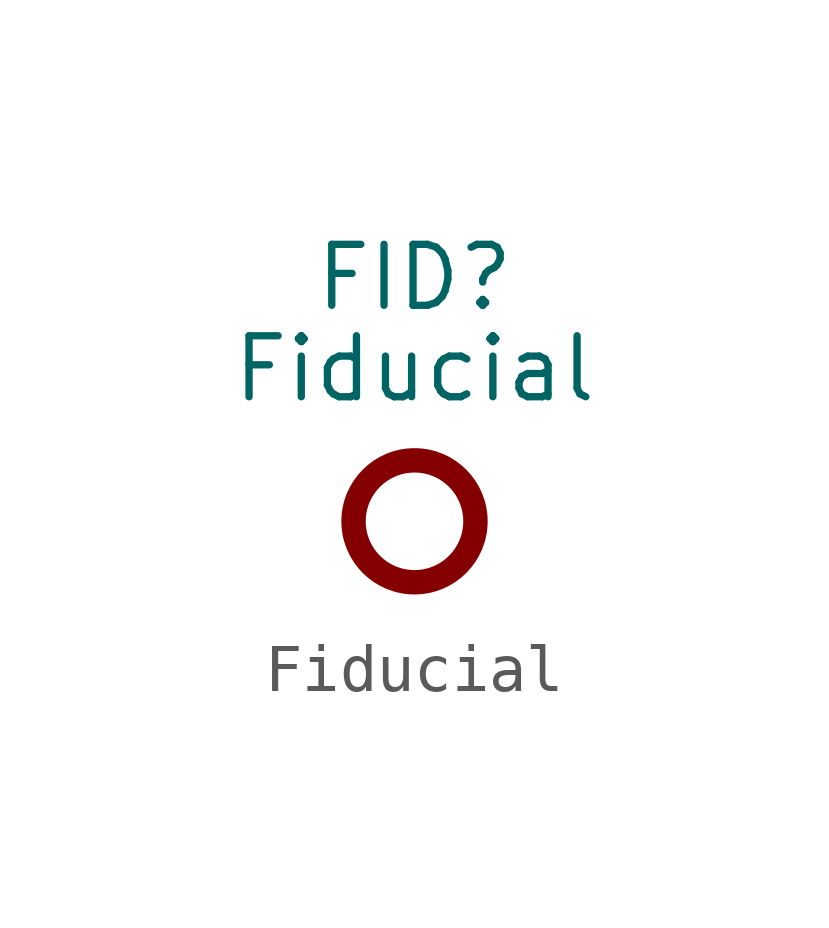
<source format=kicad_sym>
(kicad_symbol_lib
  (version 20231120)
  (generator "kicad_symbol_editor")
  (generator_version "8.0")
  (symbol "Fiducial"
    (property "Reference" "FID"
      (at 0 5.08 0)
      (effects (font (size 1.27 1.27))))
    (property "Value" "Fiducial"
      (at 0 3.175 0)
      (effects (font (size 1.27 1.27))))
    (symbol "Fiducial_0_1"
      (circle (center 0 0) (radius 1.27) (stroke (width 0.508) (type default)) (fill (type none))))))
</source>
